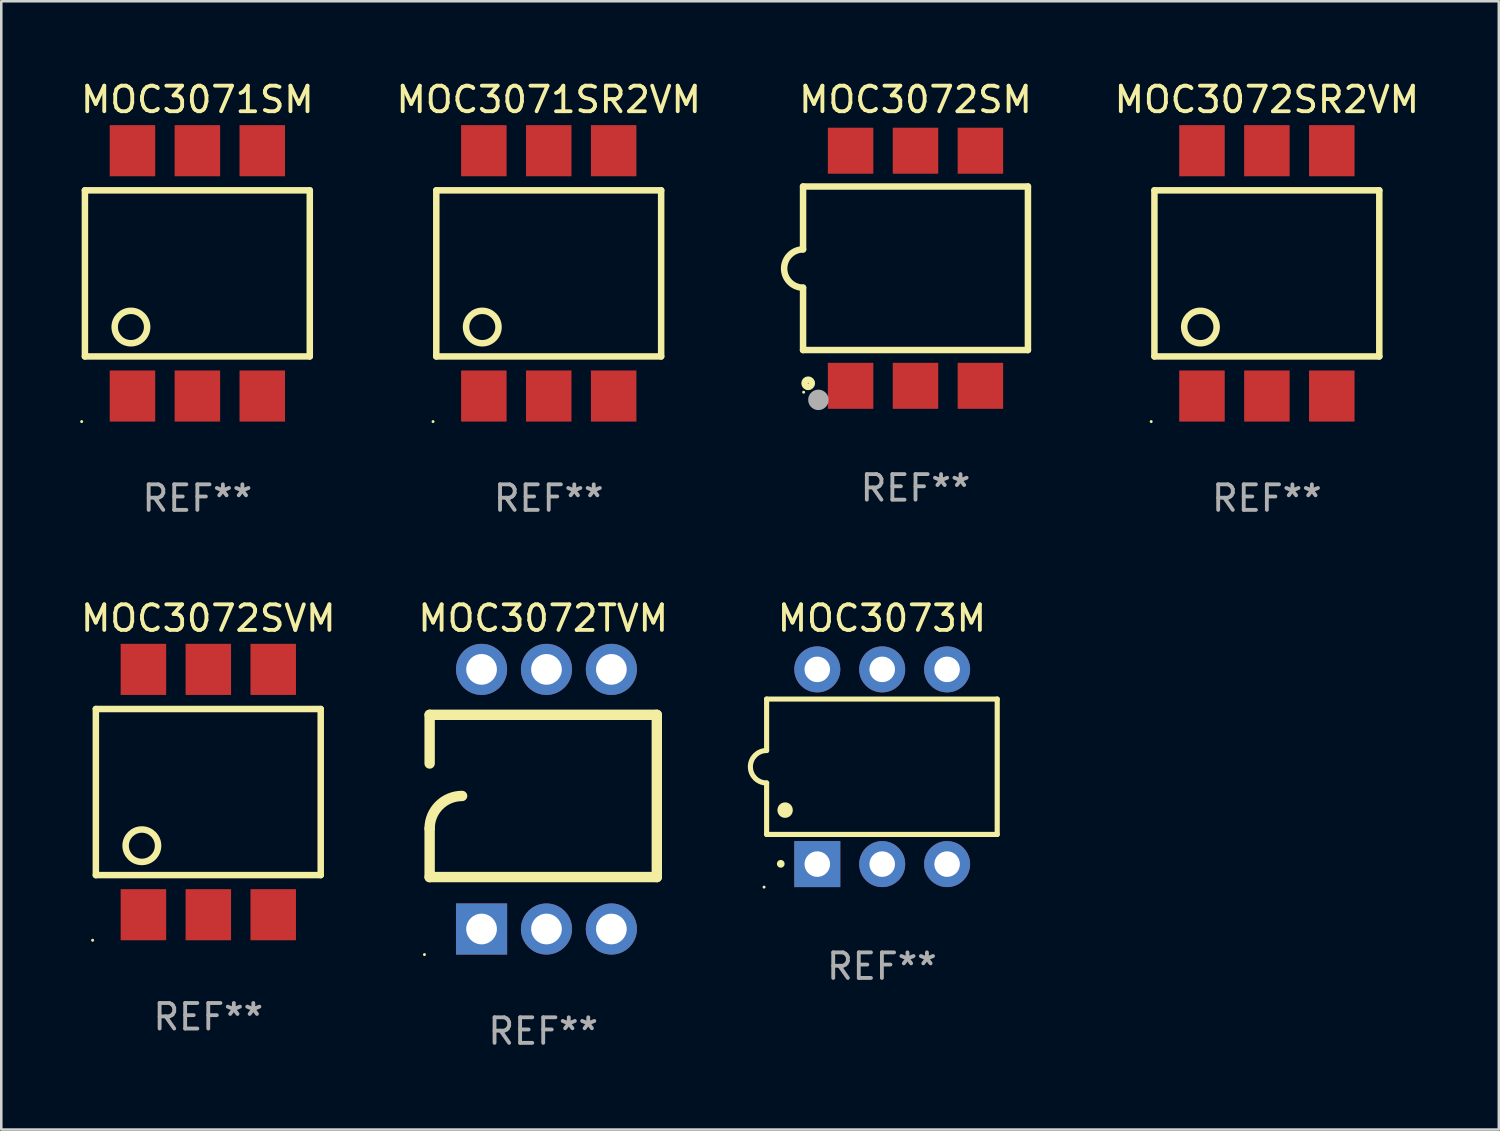
<source format=kicad_pcb>
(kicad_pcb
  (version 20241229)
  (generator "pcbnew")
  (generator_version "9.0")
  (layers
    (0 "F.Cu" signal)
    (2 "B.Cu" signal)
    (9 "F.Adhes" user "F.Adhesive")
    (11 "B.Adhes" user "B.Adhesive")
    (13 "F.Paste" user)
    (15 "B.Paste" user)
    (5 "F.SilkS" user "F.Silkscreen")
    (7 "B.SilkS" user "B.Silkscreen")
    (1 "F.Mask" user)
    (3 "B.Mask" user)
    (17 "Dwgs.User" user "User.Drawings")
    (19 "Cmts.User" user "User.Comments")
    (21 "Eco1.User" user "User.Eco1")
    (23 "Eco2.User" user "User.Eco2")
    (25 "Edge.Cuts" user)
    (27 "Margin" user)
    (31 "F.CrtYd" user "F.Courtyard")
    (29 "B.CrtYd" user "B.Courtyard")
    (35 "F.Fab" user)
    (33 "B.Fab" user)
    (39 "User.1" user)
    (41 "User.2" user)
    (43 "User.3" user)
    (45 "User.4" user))
  (footprint "MOC3072SM"
    (layer "F.Cu")
    (at 32.776 7.448)
    (property "Reference" "MOC3072SM" (at 0 -6.6 0) (layer "F.SilkS") (effects (font (size 1 1) (thickness 0.15))))
    (attr through_hole)
    (fp_line (start -4.4 -3.2) (end 4.4 -3.2) (stroke (width 0.254) (type solid)) (layer "F.SilkS"))
    (fp_line (start -4.4 -0.74) (end -4.4 -3.2) (stroke (width 0.254) (type solid)) (layer "F.SilkS"))
    (fp_line (start -4.4 3.2) (end -4.4 0.76) (stroke (width 0.254) (type solid)) (layer "F.SilkS"))
    (fp_line (start 4.4 -3.2) (end 4.4 3.2) (stroke (width 0.254) (type solid)) (layer "F.SilkS"))
    (fp_line (start 4.4 3.2) (end -4.4 3.2) (stroke (width 0.254) (type solid)) (layer "F.SilkS"))
    (fp_arc (start -4.4 0.76002) (mid -5.148869 0.010084) (end -4.399289 -0.73914) (stroke (width 0.254001) (type solid)) (layer "F.SilkS"))
    (fp_circle (center -4.377 4.85) (end -4.347 4.85) (stroke (width 0.06) (type solid)) (fill no) (layer "F.SilkS"))
    (fp_circle (center -4.2 4.5) (end -4.058 4.5) (stroke (width 0.254) (type solid)) (fill no) (layer "F.SilkS"))
    (fp_circle (center -3.8 5.15) (end -3.6 5.15) (stroke (width 0.4) (type solid)) (fill no) (layer "F.Fab"))
    (fp_text user "REF**" (at 0 8.6 0) (layer "F.Fab") (effects (font (size 1 1) (thickness 0.15))))
    (pad "1" smd rect (at -2.54 4.6) (size 1.78 1.8) (layers "F.Cu" "F.Mask" "F.Paste"))
    (pad "2" smd rect (at 0 4.6) (size 1.78 1.8) (layers "F.Cu" "F.Mask" "F.Paste"))
    (pad "3" smd rect (at 2.54 4.6) (size 1.78 1.8) (layers "F.Cu" "F.Mask" "F.Paste"))
    (pad "4" smd rect (at 2.54 -4.6) (size 1.78 1.8) (layers "F.Cu" "F.Mask" "F.Paste"))
    (pad "5" smd rect (at 0 -4.6) (size 1.78 1.8) (layers "F.Cu" "F.Mask" "F.Paste"))
    (pad "6" smd rect (at -2.54 -4.6) (size 1.78 1.8) (layers "F.Cu" "F.Mask" "F.Paste")))
  (footprint "MOC3071SR2VM"
    (layer "F.Cu")
    (at 18.423 7.648)
    (property "Reference" "MOC3071SR2VM" (at 0 -6.8 0) (layer "F.SilkS") (effects (font (size 1 1) (thickness 0.15))))
    (attr through_hole)
    (fp_line (start -4.4 -3.25) (end -4.4 3.25) (stroke (width 0.254) (type solid)) (layer "F.SilkS"))
    (fp_line (start -4.4 -3.25) (end 4.4 -3.25) (stroke (width 0.254) (type solid)) (layer "F.SilkS"))
    (fp_line (start 4.4 3.25) (end -4.4 3.25) (stroke (width 0.254) (type solid)) (layer "F.SilkS"))
    (fp_line (start 4.4 3.25) (end 4.4 -3.25) (stroke (width 0.254) (type solid)) (layer "F.SilkS"))
    (fp_circle (center -4.527 5.8) (end -4.497 5.8) (stroke (width 0.06) (type solid)) (fill no) (layer "F.SilkS"))
    (fp_circle (center -2.6 2.1) (end -1.965 2.1) (stroke (width 0.254) (type solid)) (fill no) (layer "F.SilkS"))
    (fp_text user "REF**" (at 0 8.8 0) (layer "F.Fab") (effects (font (size 1 1) (thickness 0.15))))
    (pad "1" smd rect (at -2.539 4.8) (size 1.78 2) (layers "F.Cu" "F.Mask" "F.Paste"))
    (pad "2" smd rect (at 0.001 4.8) (size 1.78 2) (layers "F.Cu" "F.Mask" "F.Paste"))
    (pad "3" smd rect (at 2.541 4.8) (size 1.78 2) (layers "F.Cu" "F.Mask" "F.Paste"))
    (pad "4" smd rect (at 2.541 -4.8) (size 1.78 2) (layers "F.Cu" "F.Mask" "F.Paste"))
    (pad "5" smd rect (at 0.001 -4.8) (size 1.78 2) (layers "F.Cu" "F.Mask" "F.Paste"))
    (pad "6" smd rect (at -2.539 -4.8) (size 1.78 2) (layers "F.Cu" "F.Mask" "F.Paste")))
  (footprint "MOC3072SVM"
    (layer "F.Cu")
    (at 5.101 27.945)
    (property "Reference" "MOC3072SVM" (at 0 -6.8 0) (layer "F.SilkS") (effects (font (size 1 1) (thickness 0.15))))
    (attr through_hole)
    (fp_line (start -4.4 -3.25) (end -4.4 3.25) (stroke (width 0.254) (type solid)) (layer "F.SilkS"))
    (fp_line (start -4.4 -3.25) (end 4.4 -3.25) (stroke (width 0.254) (type solid)) (layer "F.SilkS"))
    (fp_line (start 4.4 3.25) (end -4.4 3.25) (stroke (width 0.254) (type solid)) (layer "F.SilkS"))
    (fp_line (start 4.4 3.25) (end 4.4 -3.25) (stroke (width 0.254) (type solid)) (layer "F.SilkS"))
    (fp_circle (center -4.527 5.8) (end -4.497 5.8) (stroke (width 0.06) (type solid)) (fill no) (layer "F.SilkS"))
    (fp_circle (center -2.6 2.1) (end -1.965 2.1) (stroke (width 0.254) (type solid)) (fill no) (layer "F.SilkS"))
    (fp_text user "REF**" (at 0 8.8 0) (layer "F.Fab") (effects (font (size 1 1) (thickness 0.15))))
    (pad "1" smd rect (at -2.539 4.8) (size 1.78 2) (layers "F.Cu" "F.Mask" "F.Paste"))
    (pad "2" smd rect (at 0.001 4.8) (size 1.78 2) (layers "F.Cu" "F.Mask" "F.Paste"))
    (pad "3" smd rect (at 2.541 4.8) (size 1.78 2) (layers "F.Cu" "F.Mask" "F.Paste"))
    (pad "4" smd rect (at 2.541 -4.8) (size 1.78 2) (layers "F.Cu" "F.Mask" "F.Paste"))
    (pad "5" smd rect (at 0.001 -4.8) (size 1.78 2) (layers "F.Cu" "F.Mask" "F.Paste"))
    (pad "6" smd rect (at -2.539 -4.8) (size 1.78 2) (layers "F.Cu" "F.Mask" "F.Paste")))
  (footprint "MOC3071SM"
    (layer "F.Cu")
    (at 4.673 7.648)
    (property "Reference" "MOC3071SM" (at 0 -6.8 0) (layer "F.SilkS") (effects (font (size 1 1) (thickness 0.15))))
    (attr through_hole)
    (fp_line (start -4.4 -3.25) (end -4.4 3.25) (stroke (width 0.254) (type solid)) (layer "F.SilkS"))
    (fp_line (start -4.4 -3.25) (end 4.4 -3.25) (stroke (width 0.254) (type solid)) (layer "F.SilkS"))
    (fp_line (start 4.4 3.25) (end -4.4 3.25) (stroke (width 0.254) (type solid)) (layer "F.SilkS"))
    (fp_line (start 4.4 3.25) (end 4.4 -3.25) (stroke (width 0.254) (type solid)) (layer "F.SilkS"))
    (fp_circle (center -4.527 5.8) (end -4.497 5.8) (stroke (width 0.06) (type solid)) (fill no) (layer "F.SilkS"))
    (fp_circle (center -2.6 2.1) (end -1.965 2.1) (stroke (width 0.254) (type solid)) (fill no) (layer "F.SilkS"))
    (fp_text user "REF**" (at 0 8.8 0) (layer "F.Fab") (effects (font (size 1 1) (thickness 0.15))))
    (pad "1" smd rect (at -2.539 4.8) (size 1.78 2) (layers "F.Cu" "F.Mask" "F.Paste"))
    (pad "2" smd rect (at 0.001 4.8) (size 1.78 2) (layers "F.Cu" "F.Mask" "F.Paste"))
    (pad "3" smd rect (at 2.541 4.8) (size 1.78 2) (layers "F.Cu" "F.Mask" "F.Paste"))
    (pad "4" smd rect (at 2.541 -4.8) (size 1.78 2) (layers "F.Cu" "F.Mask" "F.Paste"))
    (pad "5" smd rect (at 0.001 -4.8) (size 1.78 2) (layers "F.Cu" "F.Mask" "F.Paste"))
    (pad "6" smd rect (at -2.539 -4.8) (size 1.78 2) (layers "F.Cu" "F.Mask" "F.Paste")))
  (footprint "MOC3073M"
    (layer "F.Cu")
    (at 31.462 26.955)
    (property "Reference" "MOC3073M" (at 0 -5.81 0) (layer "F.SilkS") (effects (font (size 1 1) (thickness 0.15))))
    (attr through_hole)
    (fp_line (start -4.512 -2.649) (end 4.512 -2.649) (stroke (width 0.2) (type solid)) (layer "F.SilkS"))
    (fp_line (start -4.512 -0.635) (end -4.512 -2.649) (stroke (width 0.2) (type solid)) (layer "F.SilkS"))
    (fp_line (start -4.512 2.649) (end -4.512 0.635) (stroke (width 0.2) (type solid)) (layer "F.SilkS"))
    (fp_line (start 4.512 -2.649) (end 4.512 2.649) (stroke (width 0.2) (type solid)) (layer "F.SilkS"))
    (fp_line (start 4.512 2.649) (end -4.512 2.649) (stroke (width 0.2) (type solid)) (layer "F.SilkS"))
    (fp_arc (start -4.512319 0.635001) (mid -5.14732 0) (end -4.512319 -0.635001) (stroke (width 0.2) (type solid)) (layer "F.SilkS"))
    (fp_arc (start -3.958598 3.799848) (mid -3.958603 3.798578) (end -3.958598 3.797308) (stroke (width 0.3) (type solid)) (layer "F.SilkS"))
    (fp_arc (start -3.788418 1.699263) (mid -3.788429 1.696723) (end -3.788418 1.694183) (stroke (width 0.6) (type solid)) (layer "F.SilkS"))
    (fp_circle (center -4.612 4.71) (end -4.582 4.71) (stroke (width 0.06) (type solid)) (fill no) (layer "F.SilkS"))
    (fp_text user "REF**" (at 0 7.81 0) (layer "F.Fab") (effects (font (size 1 1) (thickness 0.15))))
    (pad "1" thru_hole rect (at -2.529 3.81 90) (size 1.8 1.8) (drill 1) (layers "*.Cu" "*.Mask"))
    (pad "2" thru_hole circle (at 0.011 3.81) (size 1.8 1.8) (drill 1) (layers "*.Cu" "*.Mask"))
    (pad "3" thru_hole circle (at 2.551 3.81) (size 1.8 1.8) (drill 1) (layers "*.Cu" "*.Mask"))
    (pad "4" thru_hole circle (at 2.551 -3.81) (size 1.8 1.8) (drill 1) (layers "*.Cu" "*.Mask"))
    (pad "5" thru_hole circle (at 0.011 -3.81) (size 1.8 1.8) (drill 1) (layers "*.Cu" "*.Mask"))
    (pad "6" thru_hole circle (at -2.529 -3.81) (size 1.8 1.8) (drill 1) (layers "*.Cu" "*.Mask")))
  (footprint "MOC3072TVM"
    (layer "F.Cu")
    (at 18.208 28.225)
    (property "Reference" "MOC3072TVM" (at 0 -7.08 0) (layer "F.SilkS") (effects (font (size 1 1) (thickness 0.15))))
    (attr through_hole)
    (fp_line (start -4.445 -3.302) (end 4.445 -3.302) (stroke (width 0.406) (type solid)) (layer "F.SilkS"))
    (fp_line (start -4.445 -1.397) (end -4.445 -3.302) (stroke (width 0.406) (type solid)) (layer "F.SilkS"))
    (fp_line (start -4.445 3.048) (end -4.445 1.143) (stroke (width 0.406) (type solid)) (layer "F.SilkS"))
    (fp_line (start -4.445 3.048) (end 4.445 3.048) (stroke (width 0.406) (type solid)) (layer "F.SilkS"))
    (fp_line (start 4.445 -3.302) (end 4.445 3.048) (stroke (width 0.406) (type solid)) (layer "F.SilkS"))
    (fp_arc (start -4.444983 1.143002) (mid -4.073008 0.244974) (end -3.17498 -0.127) (stroke (width 0.4064) (type solid)) (layer "F.SilkS"))
    (fp_circle (center -4.648 6.08) (end -4.618 6.08) (stroke (width 0.06) (type solid)) (fill no) (layer "F.SilkS"))
    (fp_text user "REF**" (at 0 9.08 0) (layer "F.Fab") (effects (font (size 1 1) (thickness 0.15))))
    (pad "1" thru_hole rect (at -2.413 5.08 90) (size 2 2) (drill 1.2) (layers "*.Cu" "*.Mask"))
    (pad "2" thru_hole circle (at 0.127 5.08) (size 2 2) (drill 1.2) (layers "*.Cu" "*.Mask"))
    (pad "3" thru_hole circle (at 2.667 5.08) (size 2 2) (drill 1.2) (layers "*.Cu" "*.Mask"))
    (pad "4" thru_hole circle (at 2.667 -5.08) (size 2 2) (drill 1.2) (layers "*.Cu" "*.Mask"))
    (pad "5" thru_hole circle (at 0.127 -5.08) (size 2 2) (drill 1.2) (layers "*.Cu" "*.Mask"))
    (pad "6" thru_hole circle (at -2.413 -5.08) (size 2 2) (drill 1.2) (layers "*.Cu" "*.Mask")))
  (footprint "MOC3072SR2VM"
    (layer "F.Cu")
    (at 46.526 7.648)
    (property "Reference" "MOC3072SR2VM" (at 0 -6.8 0) (layer "F.SilkS") (effects (font (size 1 1) (thickness 0.15))))
    (attr through_hole)
    (fp_line (start -4.4 -3.25) (end -4.4 3.25) (stroke (width 0.254) (type solid)) (layer "F.SilkS"))
    (fp_line (start -4.4 -3.25) (end 4.4 -3.25) (stroke (width 0.254) (type solid)) (layer "F.SilkS"))
    (fp_line (start 4.4 3.25) (end -4.4 3.25) (stroke (width 0.254) (type solid)) (layer "F.SilkS"))
    (fp_line (start 4.4 3.25) (end 4.4 -3.25) (stroke (width 0.254) (type solid)) (layer "F.SilkS"))
    (fp_circle (center -4.527 5.8) (end -4.497 5.8) (stroke (width 0.06) (type solid)) (fill no) (layer "F.SilkS"))
    (fp_circle (center -2.6 2.1) (end -1.965 2.1) (stroke (width 0.254) (type solid)) (fill no) (layer "F.SilkS"))
    (fp_text user "REF**" (at 0 8.8 0) (layer "F.Fab") (effects (font (size 1 1) (thickness 0.15))))
    (pad "1" smd rect (at -2.539 4.8) (size 1.78 2) (layers "F.Cu" "F.Mask" "F.Paste"))
    (pad "2" smd rect (at 0.001 4.8) (size 1.78 2) (layers "F.Cu" "F.Mask" "F.Paste"))
    (pad "3" smd rect (at 2.541 4.8) (size 1.78 2) (layers "F.Cu" "F.Mask" "F.Paste"))
    (pad "4" smd rect (at 2.541 -4.8) (size 1.78 2) (layers "F.Cu" "F.Mask" "F.Paste"))
    (pad "5" smd rect (at 0.001 -4.8) (size 1.78 2) (layers "F.Cu" "F.Mask" "F.Paste"))
    (pad "6" smd rect (at -2.539 -4.8) (size 1.78 2) (layers "F.Cu" "F.Mask" "F.Paste")))
  (gr_rect
    (start -3 -3)
    (end 55.603 41.153)
    (stroke (width 0.1) (type default))
    (fill no)
    (layer "Edge.Cuts")))
</source>
